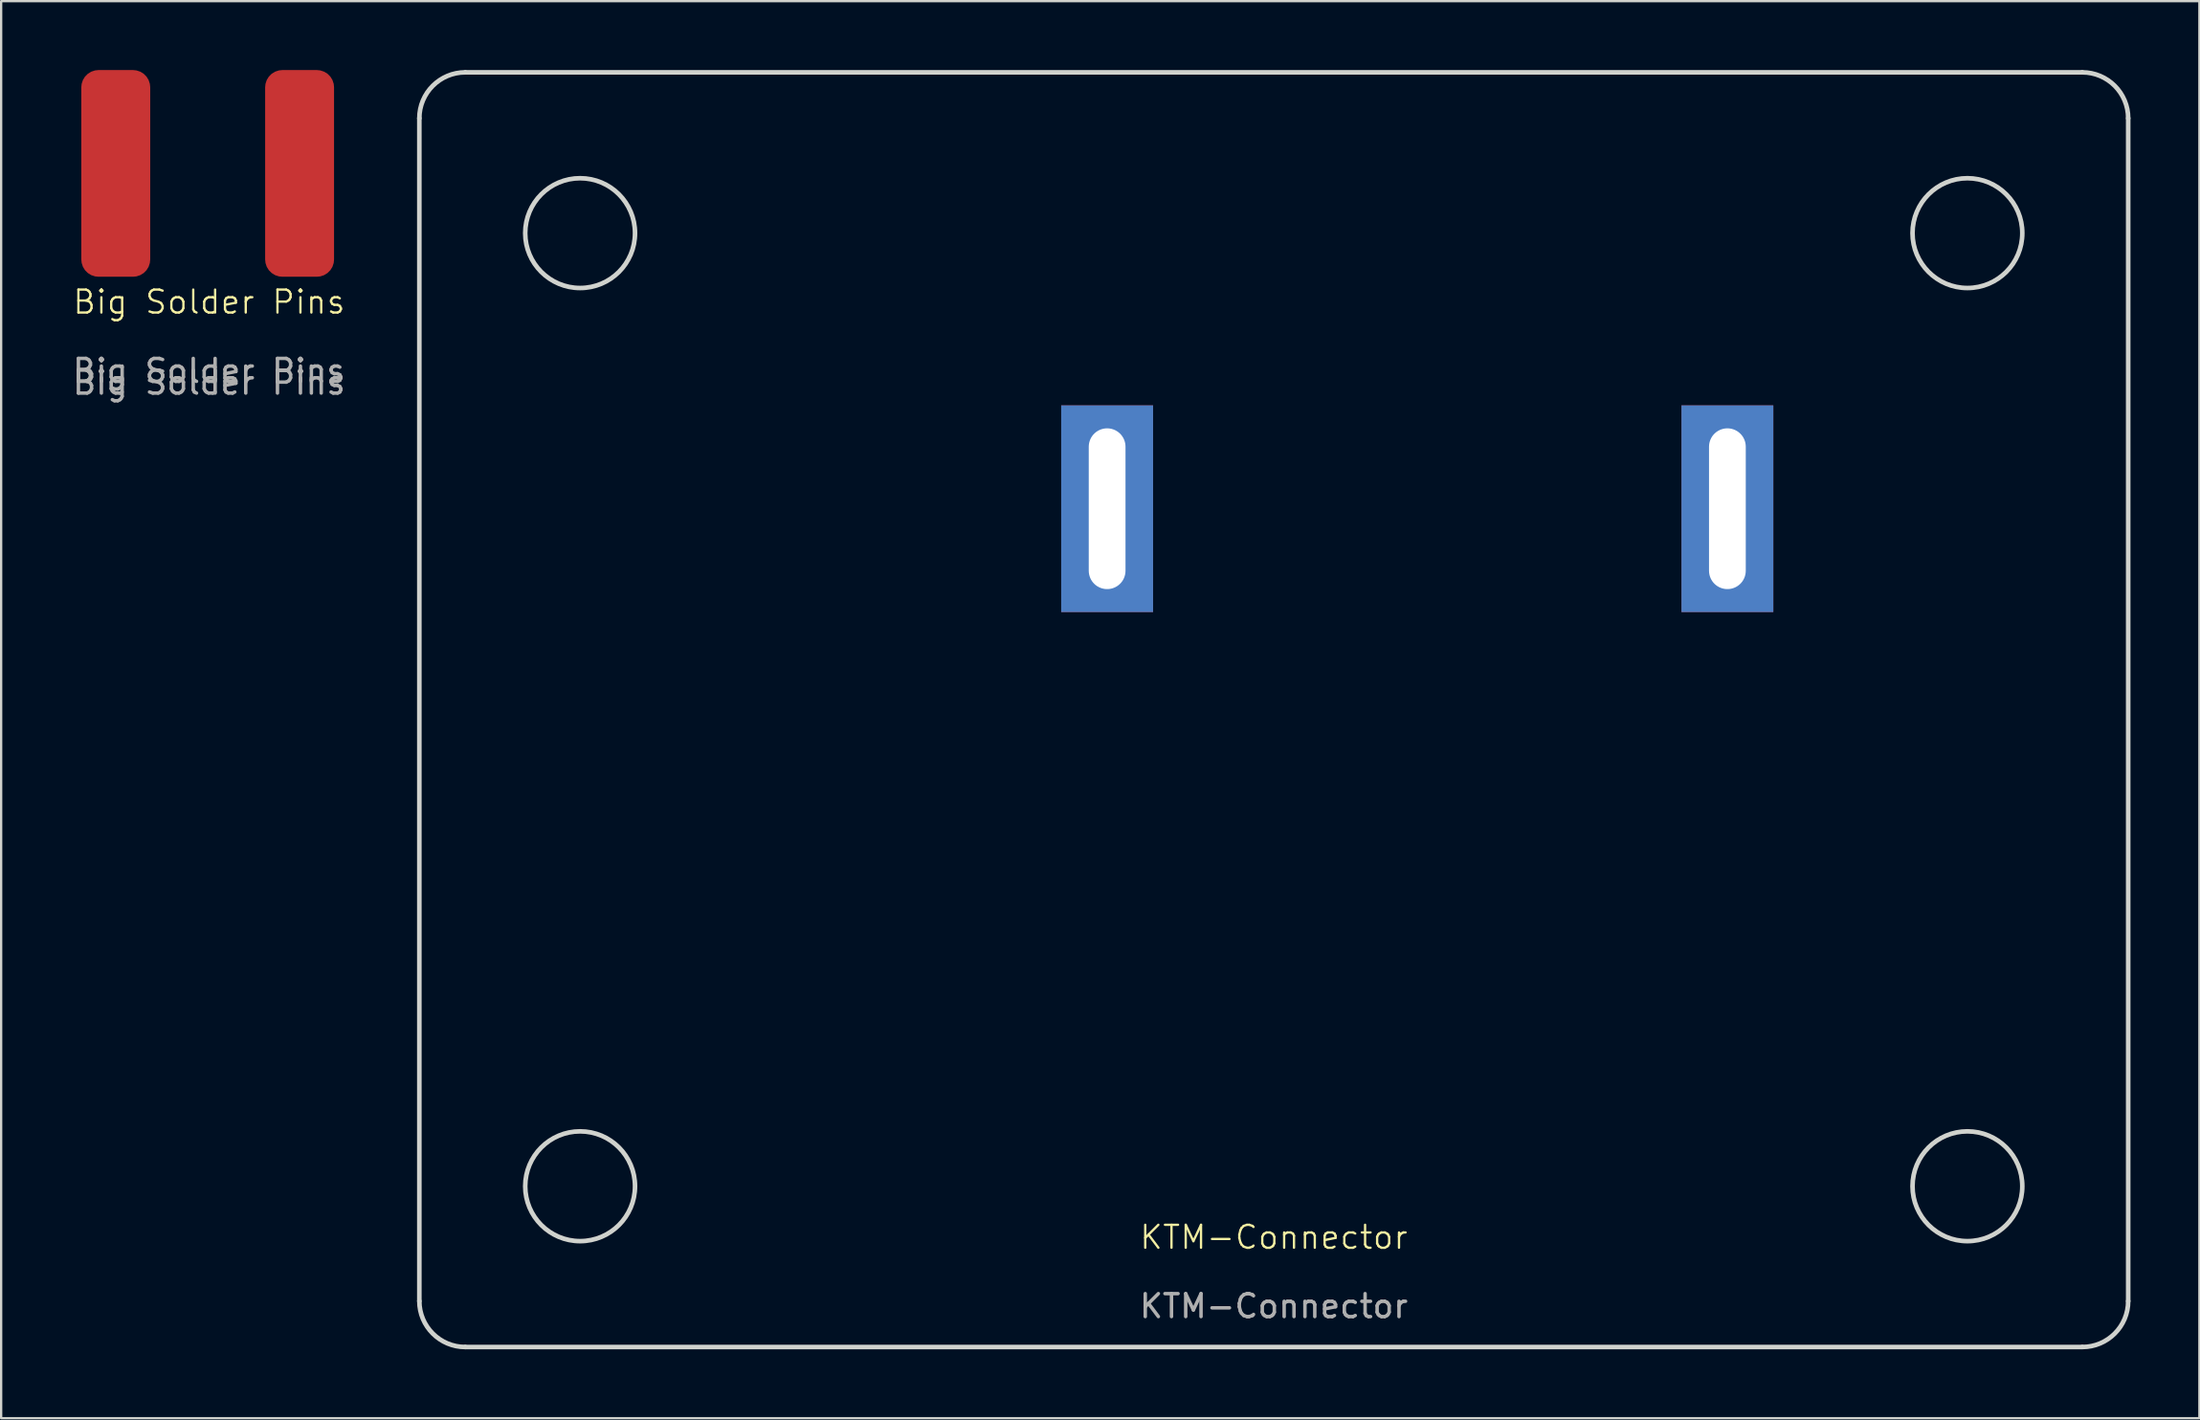
<source format=kicad_pcb>
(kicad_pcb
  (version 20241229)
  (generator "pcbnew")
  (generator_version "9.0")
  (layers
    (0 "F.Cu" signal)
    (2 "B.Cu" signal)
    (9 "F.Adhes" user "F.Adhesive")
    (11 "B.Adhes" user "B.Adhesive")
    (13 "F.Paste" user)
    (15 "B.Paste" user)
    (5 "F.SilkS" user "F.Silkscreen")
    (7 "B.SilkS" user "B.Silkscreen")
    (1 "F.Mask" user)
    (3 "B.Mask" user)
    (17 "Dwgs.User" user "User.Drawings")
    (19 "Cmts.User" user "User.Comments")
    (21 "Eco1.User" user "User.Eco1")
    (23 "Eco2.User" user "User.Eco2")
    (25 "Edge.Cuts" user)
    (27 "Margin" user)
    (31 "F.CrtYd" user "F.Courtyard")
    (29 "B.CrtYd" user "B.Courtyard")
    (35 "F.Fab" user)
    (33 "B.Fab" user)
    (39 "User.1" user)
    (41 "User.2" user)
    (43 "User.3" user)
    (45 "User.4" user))
  (footprint "KTM-Connector"
    (layer "F.Cu")
    (at 52.269 27.85)
    (property "Reference" "KTM-Connector" (at 0.138 22.97 0) (unlocked yes) (layer "F.SilkS") (effects (font (size 1 1) (thickness 0.1))))
    (attr through_hole)
    (fp_line (start -37.062 -25.75) (end -37.062 25.75) (stroke (width 0.2) (type solid)) (layer "Edge.Cuts"))
    (fp_line (start -35.062 27.75) (end 35.338 27.75) (stroke (width 0.2) (type solid)) (layer "Edge.Cuts"))
    (fp_line (start 35.338 -27.75) (end -35.062 -27.75) (stroke (width 0.2) (type solid)) (layer "Edge.Cuts"))
    (fp_line (start 37.338 25.75) (end 37.338 -25.75) (stroke (width 0.2) (type solid)) (layer "Edge.Cuts"))
    (fp_arc (start -37.061998 -25.750014) (mid -36.476212 -27.164228) (end -35.061998 -27.750014) (stroke (width 0.2) (type solid)) (layer "Edge.Cuts"))
    (fp_arc (start -35.061998 27.750013) (mid -36.476212 27.164227) (end -37.061998 25.750013) (stroke (width 0.2) (type solid)) (layer "Edge.Cuts"))
    (fp_arc (start 35.338 -27.750014) (mid 36.752214 -27.164228) (end 37.338 -25.750014) (stroke (width 0.2) (type solid)) (layer "Edge.Cuts"))
    (fp_arc (start 37.338 25.750013) (mid 36.752204 27.164208) (end 35.338 27.750013) (stroke (width 0.2) (type solid)) (layer "Edge.Cuts"))
    (fp_circle (center -30.062 -20.75) (end -27.672 -20.75) (stroke (width 0.2) (type default)) (fill no) (layer "Edge.Cuts"))
    (fp_circle (center -30.062 20.75) (end -27.672 20.75) (stroke (width 0.2) (type default)) (fill no) (layer "Edge.Cuts"))
    (fp_circle (center 30.338 -20.75) (end 32.728 -20.75) (stroke (width 0.2) (type default)) (fill no) (layer "Edge.Cuts"))
    (fp_circle (center 30.338 20.75) (end 32.728 20.75) (stroke (width 0.2) (type default)) (fill no) (layer "Edge.Cuts"))
    (fp_text user "${REFERENCE}" (at 0.138 25.97 0) (unlocked yes) (layer "F.Fab") (effects (font (size 1 1) (thickness 0.15))))
    (pad "1" thru_hole custom (at -7.117 -8.75) (size 4 9) (drill oval 1.6 7) (layers "*.Cu" "*.Mask") (options (anchor rect)) (primitives))
    (pad "2" thru_hole custom (at 19.888 -8.75) (size 4 9) (drill oval 1.6 7) (layers "*.Cu" "*.Mask") (options (anchor rect)) (primitives)))
  (footprint "Big Solder Pins"
    (layer "F.Cu")
    (at 6.054 10.6)
    (property "Reference" "Big Solder Pins" (at 0 -0.5 0) (unlocked yes) (layer "F.SilkS") (effects (font (size 1 1) (thickness 0.1))))
    (attr smd)
    (fp_text user "${REFERENCE}" (at 0 2.5 0) (unlocked yes) (layer "F.Fab") (effects (font (size 1 1) (thickness 0.15))))
    (fp_text user "${REFERENCE}" (at 0 3.01 0) (unlocked yes) (layer "F.Fab") (effects (font (size 1 1) (thickness 0.15))))
    (pad "1" smd roundrect (at -4.064 -6.1) (size 3 9) (layers "F.Cu" "F.Mask" "F.Paste") (roundrect_rratio 0.25))
    (pad "2" smd roundrect (at 3.94 -6.1) (size 3 9) (layers "F.Cu" "F.Mask" "F.Paste") (roundrect_rratio 0.25)))
  (gr_rect
    (start -3 -3)
    (end 92.707 58.7)
    (stroke (width 0.1) (type default))
    (fill no)
    (layer "Edge.Cuts")))
</source>
